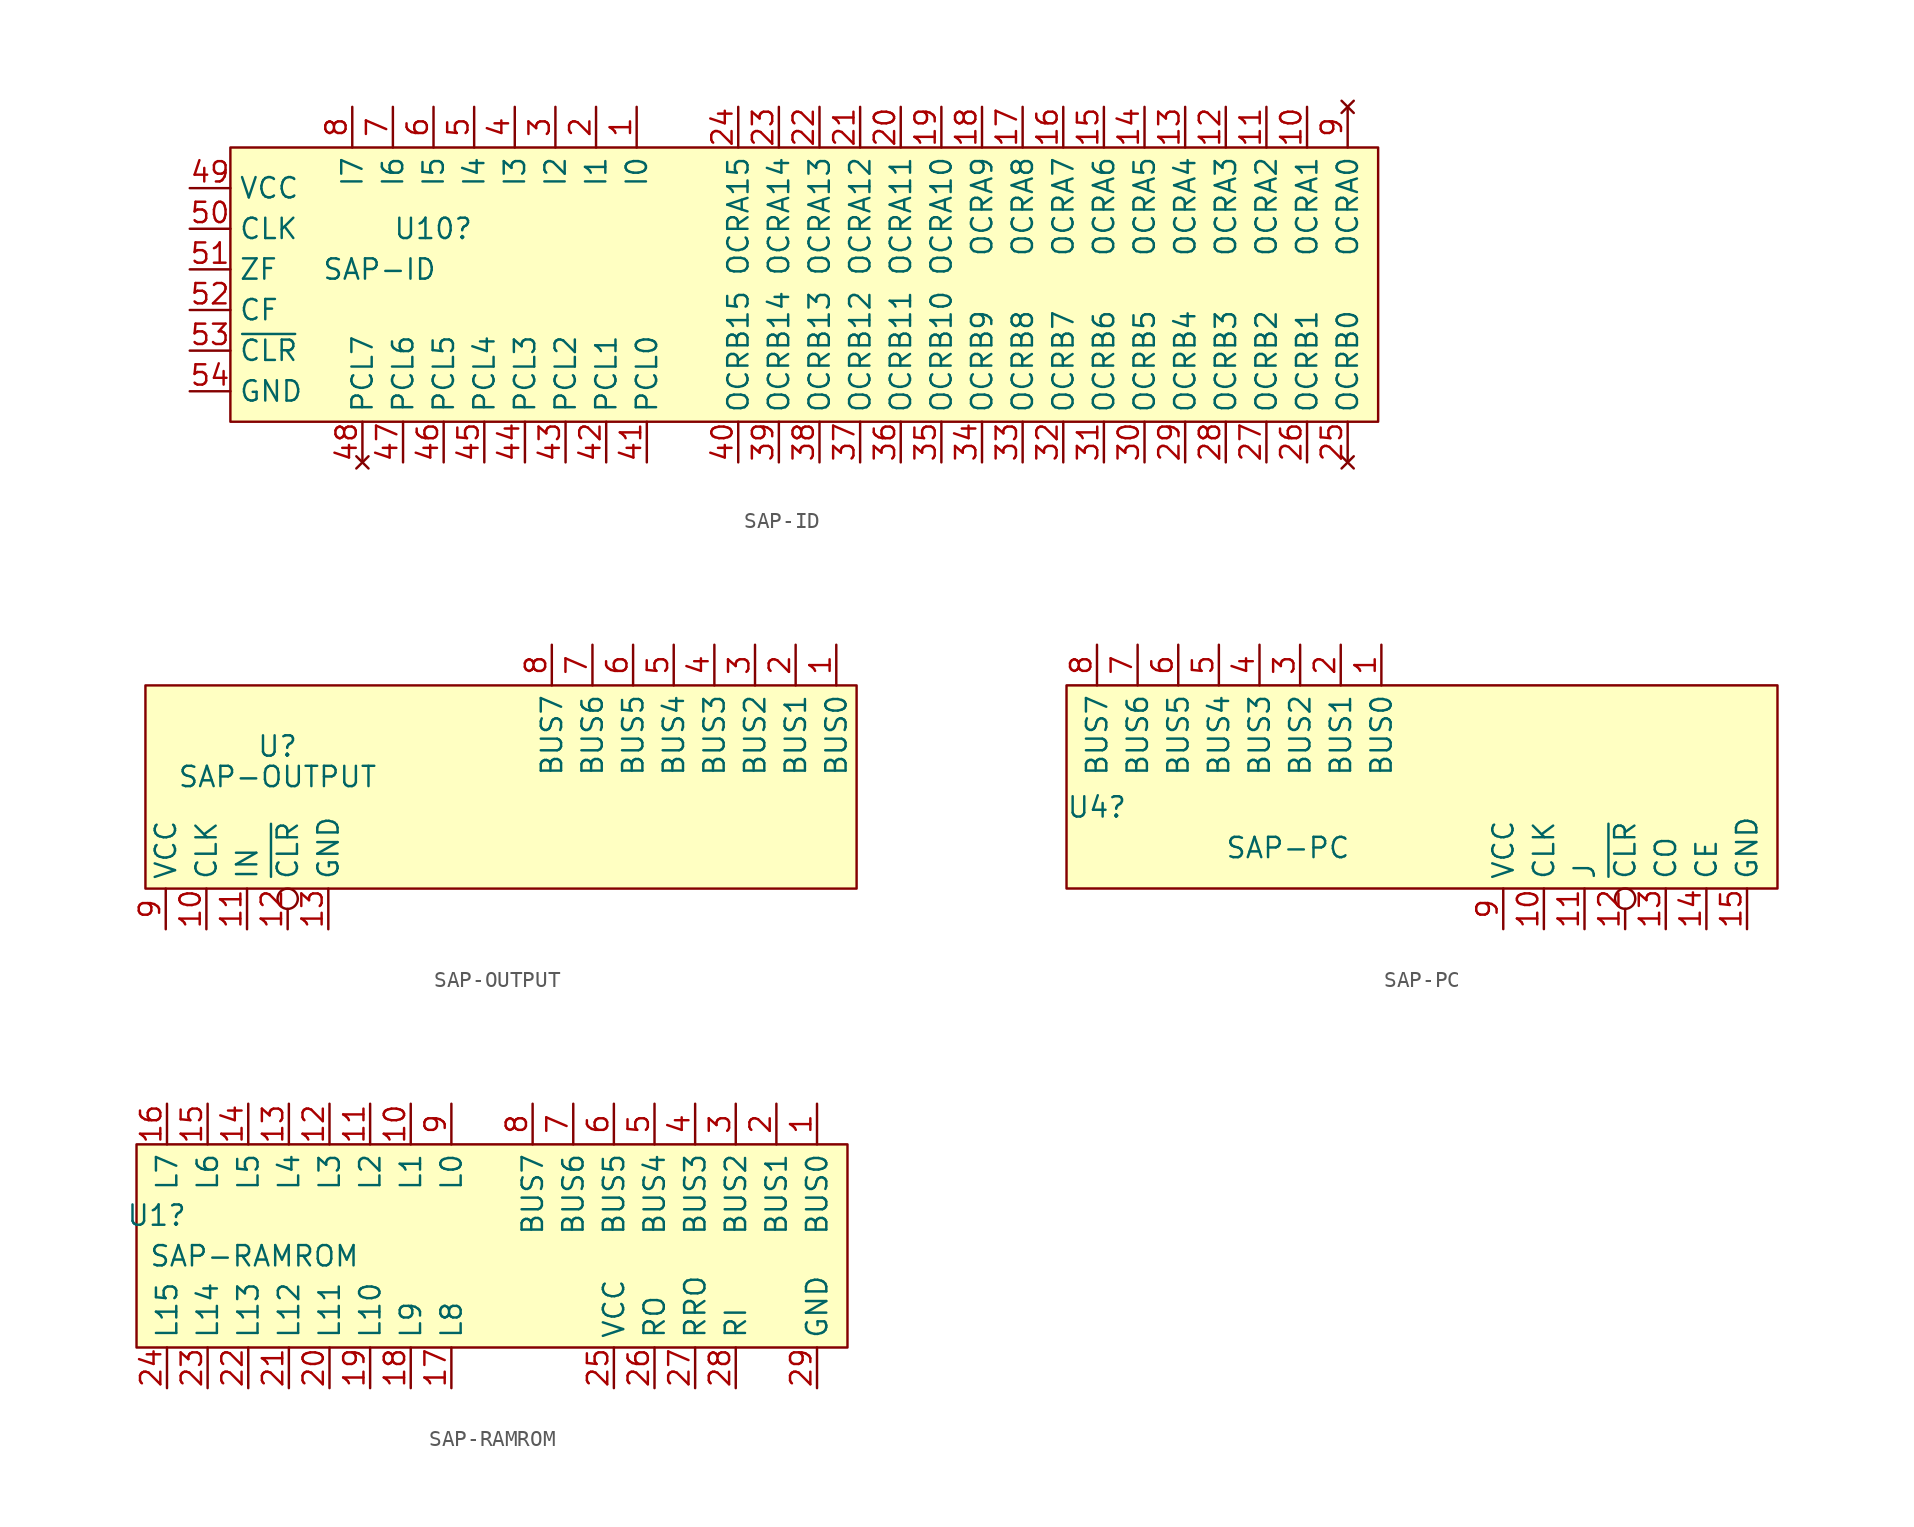
<source format=kicad_sym>
(kicad_symbol_lib
  (version 20211014)
  (generator kicad_symbol_editor)
  (symbol "SAP-ID"
    (property "Reference" "U10"
      (at -15.875 5.715 0)
      (effects (font (size 1.27 1.27)) (justify left)))
    (property "Value" "SAP-ID"
      (at -20.32 3.175 0)
      (effects (font (size 1.27 1.27)) (justify left)))
    (symbol "SAP-ID_0_1"
      (rectangle (start -26.035 10.795) (end 45.72 -6.35) (stroke (width 0.152) (type default) (color 0 0 0 0)) (fill (type background))))
    (symbol "SAP-ID_1_1"
      (pin input line (at -0.635 13.335 270) (length 2.54) (name "I0" (effects (font (size 1.27 1.27)))) (number "1" (effects (font (size 1.27 1.27)))))
      (pin output line (at 41.275 13.335 270) (length 2.54) (name "OCRA1" (effects (font (size 1.27 1.27)))) (number "10" (effects (font (size 1.27 1.27)))))
      (pin output line (at 38.735 13.335 270) (length 2.54) (name "OCRA2" (effects (font (size 1.27 1.27)))) (number "11" (effects (font (size 1.27 1.27)))))
      (pin output line (at 36.195 13.335 270) (length 2.54) (name "OCRA3" (effects (font (size 1.27 1.27)))) (number "12" (effects (font (size 1.27 1.27)))))
      (pin output line (at 33.655 13.335 270) (length 2.54) (name "OCRA4" (effects (font (size 1.27 1.27)))) (number "13" (effects (font (size 1.27 1.27)))))
      (pin output line (at 31.115 13.335 270) (length 2.54) (name "OCRA5" (effects (font (size 1.27 1.27)))) (number "14" (effects (font (size 1.27 1.27)))))
      (pin output line (at 28.575 13.335 270) (length 2.54) (name "OCRA6" (effects (font (size 1.27 1.27)))) (number "15" (effects (font (size 1.27 1.27)))))
      (pin output line (at 26.035 13.335 270) (length 2.54) (name "OCRA7" (effects (font (size 1.27 1.27)))) (number "16" (effects (font (size 1.27 1.27)))))
      (pin output line (at 23.495 13.335 270) (length 2.54) (name "OCRA8" (effects (font (size 1.27 1.27)))) (number "17" (effects (font (size 1.27 1.27)))))
      (pin output line (at 20.955 13.335 270) (length 2.54) (name "OCRA9" (effects (font (size 1.27 1.27)))) (number "18" (effects (font (size 1.27 1.27)))))
      (pin output line (at 18.415 13.335 270) (length 2.54) (name "OCRA10" (effects (font (size 1.27 1.27)))) (number "19" (effects (font (size 1.27 1.27)))))
      (pin input line (at -3.175 13.335 270) (length 2.54) (name "I1" (effects (font (size 1.27 1.27)))) (number "2" (effects (font (size 1.27 1.27)))))
      (pin output line (at 15.875 13.335 270) (length 2.54) (name "OCRA11" (effects (font (size 1.27 1.27)))) (number "20" (effects (font (size 1.27 1.27)))))
      (pin output line (at 13.335 13.335 270) (length 2.54) (name "OCRA12" (effects (font (size 1.27 1.27)))) (number "21" (effects (font (size 1.27 1.27)))))
      (pin output line (at 10.795 13.335 270) (length 2.54) (name "OCRA13" (effects (font (size 1.27 1.27)))) (number "22" (effects (font (size 1.27 1.27)))))
      (pin output line (at 8.255 13.335 270) (length 2.54) (name "OCRA14" (effects (font (size 1.27 1.27)))) (number "23" (effects (font (size 1.27 1.27)))))
      (pin output line (at 5.715 13.335 270) (length 2.54) (name "OCRA15" (effects (font (size 1.27 1.27)))) (number "24" (effects (font (size 1.27 1.27)))))
      (pin no_connect line (at 43.815 -8.89 90) (length 2.54) (name "OCRB0" (effects (font (size 1.27 1.27)))) (number "25" (effects (font (size 1.27 1.27)))))
      (pin output line (at 41.275 -8.89 90) (length 2.54) (name "OCRB1" (effects (font (size 1.27 1.27)))) (number "26" (effects (font (size 1.27 1.27)))))
      (pin output line (at 38.735 -8.89 90) (length 2.54) (name "OCRB2" (effects (font (size 1.27 1.27)))) (number "27" (effects (font (size 1.27 1.27)))))
      (pin output line (at 36.195 -8.89 90) (length 2.54) (name "OCRB3" (effects (font (size 1.27 1.27)))) (number "28" (effects (font (size 1.27 1.27)))))
      (pin output line (at 33.655 -8.89 90) (length 2.54) (name "OCRB4" (effects (font (size 1.27 1.27)))) (number "29" (effects (font (size 1.27 1.27)))))
      (pin input line (at -5.715 13.335 270) (length 2.54) (name "I2" (effects (font (size 1.27 1.27)))) (number "3" (effects (font (size 1.27 1.27)))))
      (pin output line (at 31.115 -8.89 90) (length 2.54) (name "OCRB5" (effects (font (size 1.27 1.27)))) (number "30" (effects (font (size 1.27 1.27)))))
      (pin output line (at 28.575 -8.89 90) (length 2.54) (name "OCRB6" (effects (font (size 1.27 1.27)))) (number "31" (effects (font (size 1.27 1.27)))))
      (pin output line (at 26.035 -8.89 90) (length 2.54) (name "OCRB7" (effects (font (size 1.27 1.27)))) (number "32" (effects (font (size 1.27 1.27)))))
      (pin output line (at 23.495 -8.89 90) (length 2.54) (name "OCRB8" (effects (font (size 1.27 1.27)))) (number "33" (effects (font (size 1.27 1.27)))))
      (pin output line (at 20.955 -8.89 90) (length 2.54) (name "OCRB9" (effects (font (size 1.27 1.27)))) (number "34" (effects (font (size 1.27 1.27)))))
      (pin output line (at 18.415 -8.89 90) (length 2.54) (name "OCRB10" (effects (font (size 1.27 1.27)))) (number "35" (effects (font (size 1.27 1.27)))))
      (pin output line (at 15.875 -8.89 90) (length 2.54) (name "OCRB11" (effects (font (size 1.27 1.27)))) (number "36" (effects (font (size 1.27 1.27)))))
      (pin output line (at 13.335 -8.89 90) (length 2.54) (name "OCRB12" (effects (font (size 1.27 1.27)))) (number "37" (effects (font (size 1.27 1.27)))))
      (pin output line (at 10.795 -8.89 90) (length 2.54) (name "OCRB13" (effects (font (size 1.27 1.27)))) (number "38" (effects (font (size 1.27 1.27)))))
      (pin output line (at 8.255 -8.89 90) (length 2.54) (name "OCRB14" (effects (font (size 1.27 1.27)))) (number "39" (effects (font (size 1.27 1.27)))))
      (pin input line (at -8.255 13.335 270) (length 2.54) (name "I3" (effects (font (size 1.27 1.27)))) (number "4" (effects (font (size 1.27 1.27)))))
      (pin output line (at 5.715 -8.89 90) (length 2.54) (name "OCRB15" (effects (font (size 1.27 1.27)))) (number "40" (effects (font (size 1.27 1.27)))))
      (pin output line (at 0 -8.89 90) (length 2.54) (name "PCL0" (effects (font (size 1.27 1.27)))) (number "41" (effects (font (size 1.27 1.27)))))
      (pin output line (at -2.54 -8.89 90) (length 2.54) (name "PCL1" (effects (font (size 1.27 1.27)))) (number "42" (effects (font (size 1.27 1.27)))))
      (pin output line (at -5.08 -8.89 90) (length 2.54) (name "PCL2" (effects (font (size 1.27 1.27)))) (number "43" (effects (font (size 1.27 1.27)))))
      (pin output line (at -7.62 -8.89 90) (length 2.54) (name "PCL3" (effects (font (size 1.27 1.27)))) (number "44" (effects (font (size 1.27 1.27)))))
      (pin output line (at -10.16 -8.89 90) (length 2.54) (name "PCL4" (effects (font (size 1.27 1.27)))) (number "45" (effects (font (size 1.27 1.27)))))
      (pin output line (at -12.7 -8.89 90) (length 2.54) (name "PCL5" (effects (font (size 1.27 1.27)))) (number "46" (effects (font (size 1.27 1.27)))))
      (pin output line (at -15.24 -8.89 90) (length 2.54) (name "PCL6" (effects (font (size 1.27 1.27)))) (number "47" (effects (font (size 1.27 1.27)))))
      (pin no_connect line (at -17.78 -8.89 90) (length 2.54) (name "PCL7" (effects (font (size 1.27 1.27)))) (number "48" (effects (font (size 1.27 1.27)))))
      (pin power_in line (at -28.575 8.255 0) (length 2.54) (name "VCC" (effects (font (size 1.27 1.27)))) (number "49" (effects (font (size 1.27 1.27)))))
      (pin input line (at -10.795 13.335 270) (length 2.54) (name "I4" (effects (font (size 1.27 1.27)))) (number "5" (effects (font (size 1.27 1.27)))))
      (pin input line (at -28.575 5.715 0) (length 2.54) (name "CLK" (effects (font (size 1.27 1.27)))) (number "50" (effects (font (size 1.27 1.27)))))
      (pin input line (at -28.575 3.175 0) (length 2.54) (name "ZF" (effects (font (size 1.27 1.27)))) (number "51" (effects (font (size 1.27 1.27)))))
      (pin input line (at -28.575 0.635 0) (length 2.54) (name "CF" (effects (font (size 1.27 1.27)))) (number "52" (effects (font (size 1.27 1.27)))))
      (pin input line (at -28.575 -1.905 0) (length 2.54) (name "~{CLR}" (effects (font (size 1.27 1.27)))) (number "53" (effects (font (size 1.27 1.27)))))
      (pin power_in line (at -28.575 -4.445 0) (length 2.54) (name "GND" (effects (font (size 1.27 1.27)))) (number "54" (effects (font (size 1.27 1.27)))))
      (pin input line (at -13.335 13.335 270) (length 2.54) (name "I5" (effects (font (size 1.27 1.27)))) (number "6" (effects (font (size 1.27 1.27)))))
      (pin input line (at -15.875 13.335 270) (length 2.54) (name "I6" (effects (font (size 1.27 1.27)))) (number "7" (effects (font (size 1.27 1.27)))))
      (pin input line (at -18.415 13.335 270) (length 2.54) (name "I7" (effects (font (size 1.27 1.27)))) (number "8" (effects (font (size 1.27 1.27)))))
      (pin no_connect line (at 43.815 13.335 270) (length 2.54) (name "OCRA0" (effects (font (size 1.27 1.27)))) (number "9" (effects (font (size 1.27 1.27)))))))
  (symbol "SAP-OUTPUT"
    (property "Reference" "U"
      (at -13.335 2.54 0)
      (effects (font (size 1.27 1.27))))
    (property "Value" "SAP-OUTPUT"
      (at -13.335 0.635 0)
      (effects (font (size 1.27 1.27))))
    (symbol "SAP-OUTPUT_0_1"
      (rectangle (start -21.59 6.35) (end 22.86 -6.35) (stroke (width 0.152) (type default) (color 0 0 0 0)) (fill (type background))))
    (symbol "SAP-OUTPUT_1_1"
      (pin input line (at 21.59 8.89 270) (length 2.54) (name "BUS0" (effects (font (size 1.27 1.27)))) (number "1" (effects (font (size 1.27 1.27)))))
      (pin input line (at -17.78 -8.89 90) (length 2.54) (name "CLK" (effects (font (size 1.27 1.27)))) (number "10" (effects (font (size 1.27 1.27)))))
      (pin input line (at -15.24 -8.89 90) (length 2.54) (name "IN" (effects (font (size 1.27 1.27)))) (number "11" (effects (font (size 1.27 1.27)))))
      (pin input inverted (at -12.7 -8.89 90) (length 2.54) (name "~{CLR}" (effects (font (size 1.27 1.27)))) (number "12" (effects (font (size 1.27 1.27)))))
      (pin power_in line (at -10.16 -8.89 90) (length 2.54) (name "GND" (effects (font (size 1.27 1.27)))) (number "13" (effects (font (size 1.27 1.27)))))
      (pin input line (at 19.05 8.89 270) (length 2.54) (name "BUS1" (effects (font (size 1.27 1.27)))) (number "2" (effects (font (size 1.27 1.27)))))
      (pin input line (at 16.51 8.89 270) (length 2.54) (name "BUS2" (effects (font (size 1.27 1.27)))) (number "3" (effects (font (size 1.27 1.27)))))
      (pin input line (at 13.97 8.89 270) (length 2.54) (name "BUS3" (effects (font (size 1.27 1.27)))) (number "4" (effects (font (size 1.27 1.27)))))
      (pin input line (at 11.43 8.89 270) (length 2.54) (name "BUS4" (effects (font (size 1.27 1.27)))) (number "5" (effects (font (size 1.27 1.27)))))
      (pin input line (at 8.89 8.89 270) (length 2.54) (name "BUS5" (effects (font (size 1.27 1.27)))) (number "6" (effects (font (size 1.27 1.27)))))
      (pin input line (at 6.35 8.89 270) (length 2.54) (name "BUS6" (effects (font (size 1.27 1.27)))) (number "7" (effects (font (size 1.27 1.27)))))
      (pin input line (at 3.81 8.89 270) (length 2.54) (name "BUS7" (effects (font (size 1.27 1.27)))) (number "8" (effects (font (size 1.27 1.27)))))
      (pin power_in line (at -20.32 -8.89 90) (length 2.54) (name "VCC" (effects (font (size 1.27 1.27)))) (number "9" (effects (font (size 1.27 1.27)))))))
  (symbol "SAP-PC"
    (property "Reference" "U4"
      (at -17.78 -1.27 0)
      (effects (font (size 1.27 1.27)) (justify right)))
    (property "Value" "SAP-PC"
      (at -3.81 -3.81 0)
      (effects (font (size 1.27 1.27)) (justify right)))
    (symbol "SAP-PC_0_1"
      (rectangle (start -21.59 6.35) (end 22.86 -6.35) (stroke (width 0.152) (type default) (color 0 0 0 0)) (fill (type background))))
    (symbol "SAP-PC_1_1"
      (pin bidirectional line (at -1.905 8.89 270) (length 2.54) (name "BUS0" (effects (font (size 1.27 1.27)))) (number "1" (effects (font (size 1.27 1.27)))))
      (pin input line (at 8.255 -8.89 90) (length 2.54) (name "CLK" (effects (font (size 1.27 1.27)))) (number "10" (effects (font (size 1.27 1.27)))))
      (pin input line (at 10.795 -8.89 90) (length 2.54) (name "J" (effects (font (size 1.27 1.27)))) (number "11" (effects (font (size 1.27 1.27)))))
      (pin input inverted (at 13.335 -8.89 90) (length 2.54) (name "~{CLR}" (effects (font (size 1.27 1.27)))) (number "12" (effects (font (size 1.27 1.27)))))
      (pin input line (at 15.875 -8.89 90) (length 2.54) (name "CO" (effects (font (size 1.27 1.27)))) (number "13" (effects (font (size 1.27 1.27)))))
      (pin input line (at 18.415 -8.89 90) (length 2.54) (name "CE" (effects (font (size 1.27 1.27)))) (number "14" (effects (font (size 1.27 1.27)))))
      (pin power_in line (at 20.955 -8.89 90) (length 2.54) (name "GND" (effects (font (size 1.27 1.27)))) (number "15" (effects (font (size 1.27 1.27)))))
      (pin bidirectional line (at -4.445 8.89 270) (length 2.54) (name "BUS1" (effects (font (size 1.27 1.27)))) (number "2" (effects (font (size 1.27 1.27)))))
      (pin bidirectional line (at -6.985 8.89 270) (length 2.54) (name "BUS2" (effects (font (size 1.27 1.27)))) (number "3" (effects (font (size 1.27 1.27)))))
      (pin bidirectional line (at -9.525 8.89 270) (length 2.54) (name "BUS3" (effects (font (size 1.27 1.27)))) (number "4" (effects (font (size 1.27 1.27)))))
      (pin bidirectional line (at -12.065 8.89 270) (length 2.54) (name "BUS4" (effects (font (size 1.27 1.27)))) (number "5" (effects (font (size 1.27 1.27)))))
      (pin bidirectional line (at -14.605 8.89 270) (length 2.54) (name "BUS5" (effects (font (size 1.27 1.27)))) (number "6" (effects (font (size 1.27 1.27)))))
      (pin bidirectional line (at -17.145 8.89 270) (length 2.54) (name "BUS6" (effects (font (size 1.27 1.27)))) (number "7" (effects (font (size 1.27 1.27)))))
      (pin bidirectional line (at -19.685 8.89 270) (length 2.54) (name "BUS7" (effects (font (size 1.27 1.27)))) (number "8" (effects (font (size 1.27 1.27)))))
      (pin power_in line (at 5.715 -8.89 90) (length 2.54) (name "VCC" (effects (font (size 1.27 1.27)))) (number "9" (effects (font (size 1.27 1.27)))))))
  (symbol "SAP-RAMROM"
    (property "Reference" "U1"
      (at -18.415 1.905 0)
      (effects (font (size 1.27 1.27)) (justify right)))
    (property "Value" "SAP-RAMROM"
      (at -7.62 -0.635 0)
      (effects (font (size 1.27 1.27)) (justify right)))
    (symbol "SAP-RAMROM_0_1"
      (rectangle (start -21.59 6.35) (end 22.86 -6.35) (stroke (width 0.152) (type default) (color 0 0 0 0)) (fill (type background))))
    (symbol "SAP-RAMROM_1_1"
      (pin bidirectional line (at 20.955 8.89 270) (length 2.54) (name "BUS0" (effects (font (size 1.27 1.27)))) (number "1" (effects (font (size 1.27 1.27)))))
      (pin input line (at -4.445 8.89 270) (length 2.54) (name "L1" (effects (font (size 1.27 1.27)))) (number "10" (effects (font (size 1.27 1.27)))))
      (pin input line (at -6.985 8.89 270) (length 2.54) (name "L2" (effects (font (size 1.27 1.27)))) (number "11" (effects (font (size 1.27 1.27)))))
      (pin input line (at -9.525 8.89 270) (length 2.54) (name "L3" (effects (font (size 1.27 1.27)))) (number "12" (effects (font (size 1.27 1.27)))))
      (pin input line (at -12.065 8.89 270) (length 2.54) (name "L4" (effects (font (size 1.27 1.27)))) (number "13" (effects (font (size 1.27 1.27)))))
      (pin input line (at -14.605 8.89 270) (length 2.54) (name "L5" (effects (font (size 1.27 1.27)))) (number "14" (effects (font (size 1.27 1.27)))))
      (pin input line (at -17.145 8.89 270) (length 2.54) (name "L6" (effects (font (size 1.27 1.27)))) (number "15" (effects (font (size 1.27 1.27)))))
      (pin input line (at -19.685 8.89 270) (length 2.54) (name "L7" (effects (font (size 1.27 1.27)))) (number "16" (effects (font (size 1.27 1.27)))))
      (pin input line (at -1.905 -8.89 90) (length 2.54) (name "L8" (effects (font (size 1.27 1.27)))) (number "17" (effects (font (size 1.27 1.27)))))
      (pin input line (at -4.445 -8.89 90) (length 2.54) (name "L9" (effects (font (size 1.27 1.27)))) (number "18" (effects (font (size 1.27 1.27)))))
      (pin input line (at -6.985 -8.89 90) (length 2.54) (name "L10" (effects (font (size 1.27 1.27)))) (number "19" (effects (font (size 1.27 1.27)))))
      (pin bidirectional line (at 18.415 8.89 270) (length 2.54) (name "BUS1" (effects (font (size 1.27 1.27)))) (number "2" (effects (font (size 1.27 1.27)))))
      (pin input line (at -9.525 -8.89 90) (length 2.54) (name "L11" (effects (font (size 1.27 1.27)))) (number "20" (effects (font (size 1.27 1.27)))))
      (pin input line (at -12.065 -8.89 90) (length 2.54) (name "L12" (effects (font (size 1.27 1.27)))) (number "21" (effects (font (size 1.27 1.27)))))
      (pin input line (at -14.605 -8.89 90) (length 2.54) (name "L13" (effects (font (size 1.27 1.27)))) (number "22" (effects (font (size 1.27 1.27)))))
      (pin input line (at -17.145 -8.89 90) (length 2.54) (name "L14" (effects (font (size 1.27 1.27)))) (number "23" (effects (font (size 1.27 1.27)))))
      (pin input line (at -19.685 -8.89 90) (length 2.54) (name "L15" (effects (font (size 1.27 1.27)))) (number "24" (effects (font (size 1.27 1.27)))))
      (pin power_in line (at 8.255 -8.89 90) (length 2.54) (name "VCC" (effects (font (size 1.27 1.27)))) (number "25" (effects (font (size 1.27 1.27)))))
      (pin input line (at 10.795 -8.89 90) (length 2.54) (name "RO" (effects (font (size 1.27 1.27)))) (number "26" (effects (font (size 1.27 1.27)))))
      (pin input line (at 13.335 -8.89 90) (length 2.54) (name "RRO" (effects (font (size 1.27 1.27)))) (number "27" (effects (font (size 1.27 1.27)))))
      (pin input line (at 15.875 -8.89 90) (length 2.54) (name "RI" (effects (font (size 1.27 1.27)))) (number "28" (effects (font (size 1.27 1.27)))))
      (pin power_in line (at 20.955 -8.89 90) (length 2.54) (name "GND" (effects (font (size 1.27 1.27)))) (number "29" (effects (font (size 1.27 1.27)))))
      (pin bidirectional line (at 15.875 8.89 270) (length 2.54) (name "BUS2" (effects (font (size 1.27 1.27)))) (number "3" (effects (font (size 1.27 1.27)))))
      (pin bidirectional line (at 13.335 8.89 270) (length 2.54) (name "BUS3" (effects (font (size 1.27 1.27)))) (number "4" (effects (font (size 1.27 1.27)))))
      (pin bidirectional line (at 10.795 8.89 270) (length 2.54) (name "BUS4" (effects (font (size 1.27 1.27)))) (number "5" (effects (font (size 1.27 1.27)))))
      (pin bidirectional line (at 8.255 8.89 270) (length 2.54) (name "BUS5" (effects (font (size 1.27 1.27)))) (number "6" (effects (font (size 1.27 1.27)))))
      (pin bidirectional line (at 5.715 8.89 270) (length 2.54) (name "BUS6" (effects (font (size 1.27 1.27)))) (number "7" (effects (font (size 1.27 1.27)))))
      (pin bidirectional line (at 3.175 8.89 270) (length 2.54) (name "BUS7" (effects (font (size 1.27 1.27)))) (number "8" (effects (font (size 1.27 1.27)))))
      (pin input line (at -1.905 8.89 270) (length 2.54) (name "L0" (effects (font (size 1.27 1.27)))) (number "9" (effects (font (size 1.27 1.27))))))))
</source>
